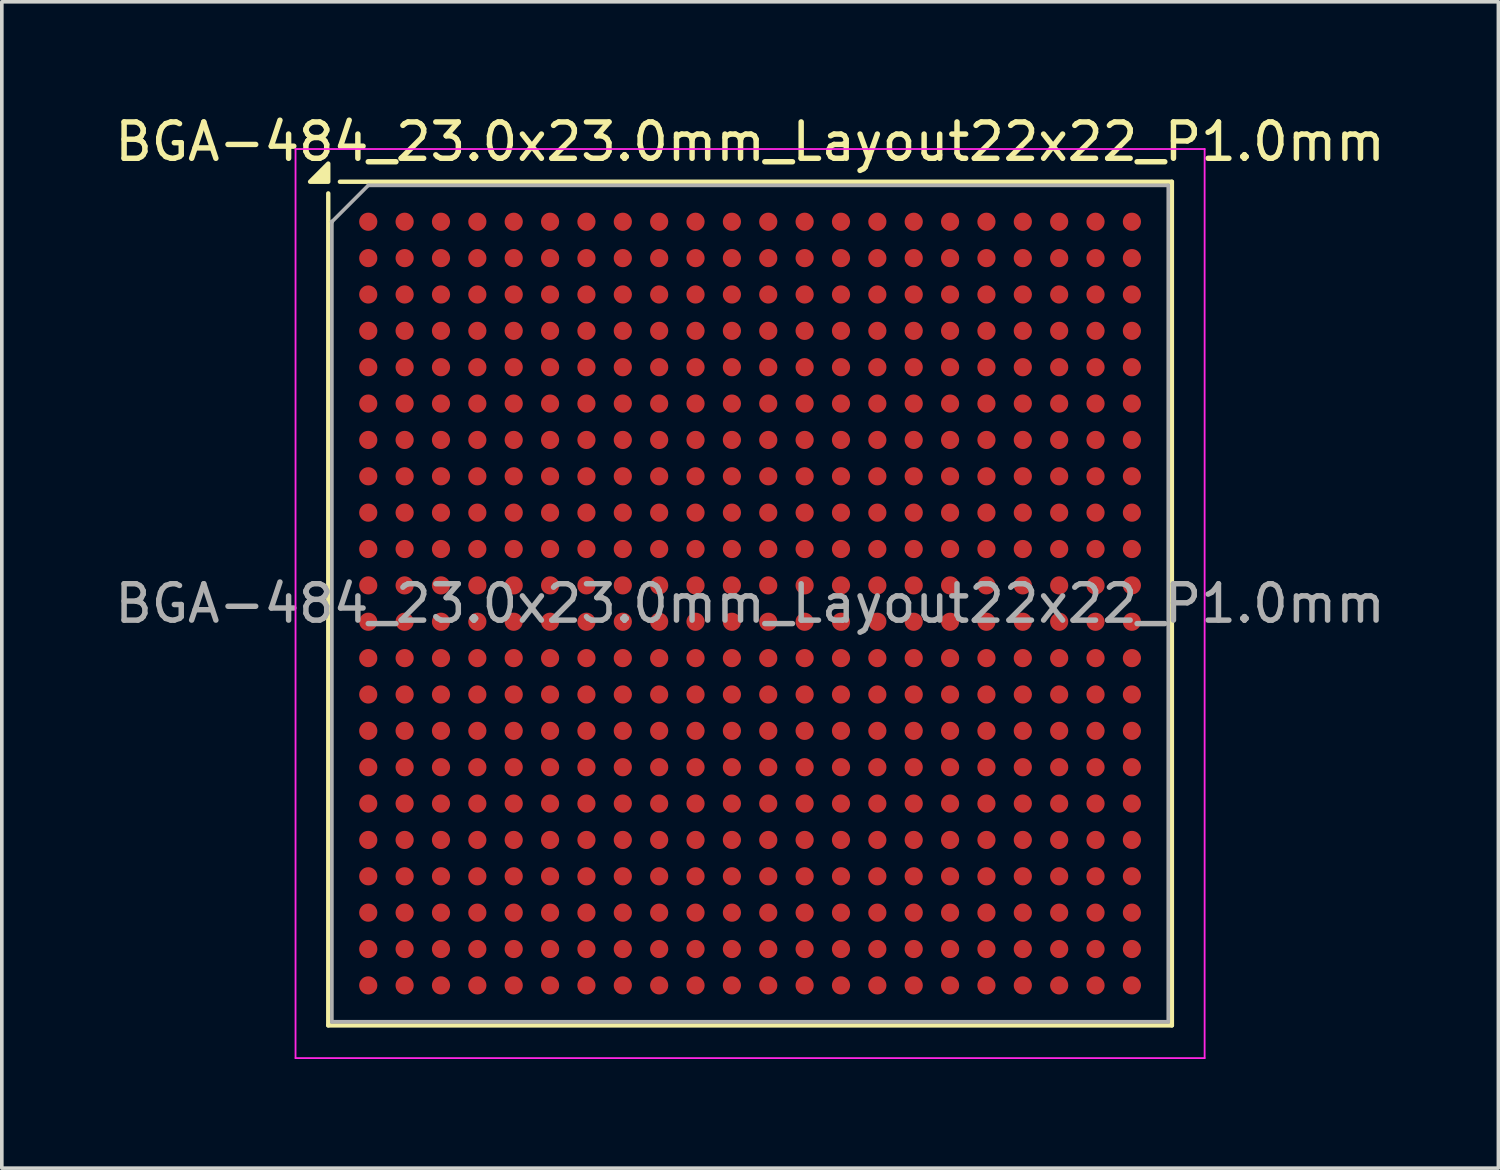
<source format=kicad_pcb>
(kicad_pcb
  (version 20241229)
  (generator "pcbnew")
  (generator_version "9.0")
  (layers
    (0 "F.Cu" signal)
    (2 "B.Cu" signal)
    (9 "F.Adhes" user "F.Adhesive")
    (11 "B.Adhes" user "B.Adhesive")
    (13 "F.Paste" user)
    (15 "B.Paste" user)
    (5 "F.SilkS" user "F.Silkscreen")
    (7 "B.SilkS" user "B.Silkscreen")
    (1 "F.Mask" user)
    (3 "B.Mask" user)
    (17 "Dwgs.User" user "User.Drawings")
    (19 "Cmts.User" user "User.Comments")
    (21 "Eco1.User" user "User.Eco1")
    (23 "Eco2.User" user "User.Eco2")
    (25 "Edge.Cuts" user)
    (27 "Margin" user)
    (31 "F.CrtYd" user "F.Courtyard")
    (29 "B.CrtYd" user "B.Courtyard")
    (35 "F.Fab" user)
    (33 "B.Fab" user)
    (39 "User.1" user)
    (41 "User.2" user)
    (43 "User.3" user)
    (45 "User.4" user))
  (footprint "BGA-484_23.0x23.0mm_Layout22x22_P1.0mm"
    (layer "F.Cu")
    (at 17.577 13.548)
    (property "Reference" "BGA-484_23.0x23.0mm_Layout22x22_P1.0mm" (at 0 -12.7 0) (layer "F.SilkS") (effects (font (size 1 1) (thickness 0.15))))
    (attr smd)
    (fp_line (start -11.6 11.6) (end -11.6 -11.28) (stroke (width 0.12) (type solid)) (layer "F.SilkS"))
    (fp_line (start -11.28 -11.6) (end 11.6 -11.6) (stroke (width 0.12) (type solid)) (layer "F.SilkS"))
    (fp_line (start 11.6 -11.6) (end 11.6 11.6) (stroke (width 0.12) (type solid)) (layer "F.SilkS"))
    (fp_line (start 11.6 11.6) (end -11.6 11.6) (stroke (width 0.12) (type solid)) (layer "F.SilkS"))
    (fp_poly (pts (xy -11.6 -11.6) (xy -12.1 -11.6) (xy -11.6 -12.1) (xy -11.6 -11.6)) (stroke (width 0.12) (type solid)) (fill yes) (layer "F.SilkS"))
    (fp_line (start -12.5 -12.5) (end -12.5 12.5) (stroke (width 0.05) (type solid)) (layer "F.CrtYd"))
    (fp_line (start -12.5 -12.5) (end 12.5 -12.5) (stroke (width 0.05) (type solid)) (layer "F.CrtYd"))
    (fp_line (start 12.5 12.5) (end -12.5 12.5) (stroke (width 0.05) (type solid)) (layer "F.CrtYd"))
    (fp_line (start 12.5 12.5) (end 12.5 -12.5) (stroke (width 0.05) (type solid)) (layer "F.CrtYd"))
    (fp_line (start -11.5 -10.5) (end -11.5 -10.5) (stroke (width 0.12) (type solid)) (layer "F.Fab"))
    (fp_line (start -11.5 11.5) (end -11.5 -10.5) (stroke (width 0.1) (type solid)) (layer "F.Fab"))
    (fp_line (start -10.5 -11.5) (end -11.5 -10.5) (stroke (width 0.1) (type solid)) (layer "F.Fab"))
    (fp_line (start -10.5 -11.5) (end 11.5 -11.5) (stroke (width 0.1) (type solid)) (layer "F.Fab"))
    (fp_line (start 11.5 -11.5) (end 11.5 11.5) (stroke (width 0.1) (type solid)) (layer "F.Fab"))
    (fp_line (start 11.5 11.5) (end -11.5 11.5) (stroke (width 0.1) (type solid)) (layer "F.Fab"))
    (fp_text user "${REFERENCE}" (at 0 0 0) (layer "F.Fab") (effects (font (size 1 1) (thickness 0.15))))
    (pad "A1" smd circle (at -10.5 -10.5) (size 0.5 0.5) (property pad_prop_bga) (layers "F.Cu" "F.Mask" "F.Paste"))
    (pad "A2" smd circle (at -9.5 -10.5) (size 0.5 0.5) (property pad_prop_bga) (layers "F.Cu" "F.Mask" "F.Paste"))
    (pad "A3" smd circle (at -8.5 -10.5) (size 0.5 0.5) (property pad_prop_bga) (layers "F.Cu" "F.Mask" "F.Paste"))
    (pad "A4" smd circle (at -7.5 -10.5) (size 0.5 0.5) (property pad_prop_bga) (layers "F.Cu" "F.Mask" "F.Paste"))
    (pad "A5" smd circle (at -6.5 -10.5) (size 0.5 0.5) (property pad_prop_bga) (layers "F.Cu" "F.Mask" "F.Paste"))
    (pad "A6" smd circle (at -5.5 -10.5) (size 0.5 0.5) (property pad_prop_bga) (layers "F.Cu" "F.Mask" "F.Paste"))
    (pad "A7" smd circle (at -4.5 -10.5) (size 0.5 0.5) (property pad_prop_bga) (layers "F.Cu" "F.Mask" "F.Paste"))
    (pad "A8" smd circle (at -3.5 -10.5) (size 0.5 0.5) (property pad_prop_bga) (layers "F.Cu" "F.Mask" "F.Paste"))
    (pad "A9" smd circle (at -2.5 -10.5) (size 0.5 0.5) (property pad_prop_bga) (layers "F.Cu" "F.Mask" "F.Paste"))
    (pad "A10" smd circle (at -1.5 -10.5) (size 0.5 0.5) (property pad_prop_bga) (layers "F.Cu" "F.Mask" "F.Paste"))
    (pad "A11" smd circle (at -0.5 -10.5) (size 0.5 0.5) (property pad_prop_bga) (layers "F.Cu" "F.Mask" "F.Paste"))
    (pad "A12" smd circle (at 0.5 -10.5) (size 0.5 0.5) (property pad_prop_bga) (layers "F.Cu" "F.Mask" "F.Paste"))
    (pad "A13" smd circle (at 1.5 -10.5) (size 0.5 0.5) (property pad_prop_bga) (layers "F.Cu" "F.Mask" "F.Paste"))
    (pad "A14" smd circle (at 2.5 -10.5) (size 0.5 0.5) (property pad_prop_bga) (layers "F.Cu" "F.Mask" "F.Paste"))
    (pad "A15" smd circle (at 3.5 -10.5) (size 0.5 0.5) (property pad_prop_bga) (layers "F.Cu" "F.Mask" "F.Paste"))
    (pad "A16" smd circle (at 4.5 -10.5) (size 0.5 0.5) (property pad_prop_bga) (layers "F.Cu" "F.Mask" "F.Paste"))
    (pad "A17" smd circle (at 5.5 -10.5) (size 0.5 0.5) (property pad_prop_bga) (layers "F.Cu" "F.Mask" "F.Paste"))
    (pad "A18" smd circle (at 6.5 -10.5) (size 0.5 0.5) (property pad_prop_bga) (layers "F.Cu" "F.Mask" "F.Paste"))
    (pad "A19" smd circle (at 7.5 -10.5) (size 0.5 0.5) (property pad_prop_bga) (layers "F.Cu" "F.Mask" "F.Paste"))
    (pad "A20" smd circle (at 8.5 -10.5) (size 0.5 0.5) (property pad_prop_bga) (layers "F.Cu" "F.Mask" "F.Paste"))
    (pad "A21" smd circle (at 9.5 -10.5) (size 0.5 0.5) (property pad_prop_bga) (layers "F.Cu" "F.Mask" "F.Paste"))
    (pad "A22" smd circle (at 10.5 -10.5) (size 0.5 0.5) (property pad_prop_bga) (layers "F.Cu" "F.Mask" "F.Paste"))
    (pad "AA1" smd circle (at -10.5 9.5) (size 0.5 0.5) (property pad_prop_bga) (layers "F.Cu" "F.Mask" "F.Paste"))
    (pad "AA2" smd circle (at -9.5 9.5) (size 0.5 0.5) (property pad_prop_bga) (layers "F.Cu" "F.Mask" "F.Paste"))
    (pad "AA3" smd circle (at -8.5 9.5) (size 0.5 0.5) (property pad_prop_bga) (layers "F.Cu" "F.Mask" "F.Paste"))
    (pad "AA4" smd circle (at -7.5 9.5) (size 0.5 0.5) (property pad_prop_bga) (layers "F.Cu" "F.Mask" "F.Paste"))
    (pad "AA5" smd circle (at -6.5 9.5) (size 0.5 0.5) (property pad_prop_bga) (layers "F.Cu" "F.Mask" "F.Paste"))
    (pad "AA6" smd circle (at -5.5 9.5) (size 0.5 0.5) (property pad_prop_bga) (layers "F.Cu" "F.Mask" "F.Paste"))
    (pad "AA7" smd circle (at -4.5 9.5) (size 0.5 0.5) (property pad_prop_bga) (layers "F.Cu" "F.Mask" "F.Paste"))
    (pad "AA8" smd circle (at -3.5 9.5) (size 0.5 0.5) (property pad_prop_bga) (layers "F.Cu" "F.Mask" "F.Paste"))
    (pad "AA9" smd circle (at -2.5 9.5) (size 0.5 0.5) (property pad_prop_bga) (layers "F.Cu" "F.Mask" "F.Paste"))
    (pad "AA10" smd circle (at -1.5 9.5) (size 0.5 0.5) (property pad_prop_bga) (layers "F.Cu" "F.Mask" "F.Paste"))
    (pad "AA11" smd circle (at -0.5 9.5) (size 0.5 0.5) (property pad_prop_bga) (layers "F.Cu" "F.Mask" "F.Paste"))
    (pad "AA12" smd circle (at 0.5 9.5) (size 0.5 0.5) (property pad_prop_bga) (layers "F.Cu" "F.Mask" "F.Paste"))
    (pad "AA13" smd circle (at 1.5 9.5) (size 0.5 0.5) (property pad_prop_bga) (layers "F.Cu" "F.Mask" "F.Paste"))
    (pad "AA14" smd circle (at 2.5 9.5) (size 0.5 0.5) (property pad_prop_bga) (layers "F.Cu" "F.Mask" "F.Paste"))
    (pad "AA15" smd circle (at 3.5 9.5) (size 0.5 0.5) (property pad_prop_bga) (layers "F.Cu" "F.Mask" "F.Paste"))
    (pad "AA16" smd circle (at 4.5 9.5) (size 0.5 0.5) (property pad_prop_bga) (layers "F.Cu" "F.Mask" "F.Paste"))
    (pad "AA17" smd circle (at 5.5 9.5) (size 0.5 0.5) (property pad_prop_bga) (layers "F.Cu" "F.Mask" "F.Paste"))
    (pad "AA18" smd circle (at 6.5 9.5) (size 0.5 0.5) (property pad_prop_bga) (layers "F.Cu" "F.Mask" "F.Paste"))
    (pad "AA19" smd circle (at 7.5 9.5) (size 0.5 0.5) (property pad_prop_bga) (layers "F.Cu" "F.Mask" "F.Paste"))
    (pad "AA20" smd circle (at 8.5 9.5) (size 0.5 0.5) (property pad_prop_bga) (layers "F.Cu" "F.Mask" "F.Paste"))
    (pad "AA21" smd circle (at 9.5 9.5) (size 0.5 0.5) (property pad_prop_bga) (layers "F.Cu" "F.Mask" "F.Paste"))
    (pad "AA22" smd circle (at 10.5 9.5) (size 0.5 0.5) (property pad_prop_bga) (layers "F.Cu" "F.Mask" "F.Paste"))
    (pad "AB1" smd circle (at -10.5 10.5) (size 0.5 0.5) (property pad_prop_bga) (layers "F.Cu" "F.Mask" "F.Paste"))
    (pad "AB2" smd circle (at -9.5 10.5) (size 0.5 0.5) (property pad_prop_bga) (layers "F.Cu" "F.Mask" "F.Paste"))
    (pad "AB3" smd circle (at -8.5 10.5) (size 0.5 0.5) (property pad_prop_bga) (layers "F.Cu" "F.Mask" "F.Paste"))
    (pad "AB4" smd circle (at -7.5 10.5) (size 0.5 0.5) (property pad_prop_bga) (layers "F.Cu" "F.Mask" "F.Paste"))
    (pad "AB5" smd circle (at -6.5 10.5) (size 0.5 0.5) (property pad_prop_bga) (layers "F.Cu" "F.Mask" "F.Paste"))
    (pad "AB6" smd circle (at -5.5 10.5) (size 0.5 0.5) (property pad_prop_bga) (layers "F.Cu" "F.Mask" "F.Paste"))
    (pad "AB7" smd circle (at -4.5 10.5) (size 0.5 0.5) (property pad_prop_bga) (layers "F.Cu" "F.Mask" "F.Paste"))
    (pad "AB8" smd circle (at -3.5 10.5) (size 0.5 0.5) (property pad_prop_bga) (layers "F.Cu" "F.Mask" "F.Paste"))
    (pad "AB9" smd circle (at -2.5 10.5) (size 0.5 0.5) (property pad_prop_bga) (layers "F.Cu" "F.Mask" "F.Paste"))
    (pad "AB10" smd circle (at -1.5 10.5) (size 0.5 0.5) (property pad_prop_bga) (layers "F.Cu" "F.Mask" "F.Paste"))
    (pad "AB11" smd circle (at -0.5 10.5) (size 0.5 0.5) (property pad_prop_bga) (layers "F.Cu" "F.Mask" "F.Paste"))
    (pad "AB12" smd circle (at 0.5 10.5) (size 0.5 0.5) (property pad_prop_bga) (layers "F.Cu" "F.Mask" "F.Paste"))
    (pad "AB13" smd circle (at 1.5 10.5) (size 0.5 0.5) (property pad_prop_bga) (layers "F.Cu" "F.Mask" "F.Paste"))
    (pad "AB14" smd circle (at 2.5 10.5) (size 0.5 0.5) (property pad_prop_bga) (layers "F.Cu" "F.Mask" "F.Paste"))
    (pad "AB15" smd circle (at 3.5 10.5) (size 0.5 0.5) (property pad_prop_bga) (layers "F.Cu" "F.Mask" "F.Paste"))
    (pad "AB16" smd circle (at 4.5 10.5) (size 0.5 0.5) (property pad_prop_bga) (layers "F.Cu" "F.Mask" "F.Paste"))
    (pad "AB17" smd circle (at 5.5 10.5) (size 0.5 0.5) (property pad_prop_bga) (layers "F.Cu" "F.Mask" "F.Paste"))
    (pad "AB18" smd circle (at 6.5 10.5) (size 0.5 0.5) (property pad_prop_bga) (layers "F.Cu" "F.Mask" "F.Paste"))
    (pad "AB19" smd circle (at 7.5 10.5) (size 0.5 0.5) (property pad_prop_bga) (layers "F.Cu" "F.Mask" "F.Paste"))
    (pad "AB20" smd circle (at 8.5 10.5) (size 0.5 0.5) (property pad_prop_bga) (layers "F.Cu" "F.Mask" "F.Paste"))
    (pad "AB21" smd circle (at 9.5 10.5) (size 0.5 0.5) (property pad_prop_bga) (layers "F.Cu" "F.Mask" "F.Paste"))
    (pad "AB22" smd circle (at 10.5 10.5) (size 0.5 0.5) (property pad_prop_bga) (layers "F.Cu" "F.Mask" "F.Paste"))
    (pad "B1" smd circle (at -10.5 -9.5) (size 0.5 0.5) (property pad_prop_bga) (layers "F.Cu" "F.Mask" "F.Paste"))
    (pad "B2" smd circle (at -9.5 -9.5) (size 0.5 0.5) (property pad_prop_bga) (layers "F.Cu" "F.Mask" "F.Paste"))
    (pad "B3" smd circle (at -8.5 -9.5) (size 0.5 0.5) (property pad_prop_bga) (layers "F.Cu" "F.Mask" "F.Paste"))
    (pad "B4" smd circle (at -7.5 -9.5) (size 0.5 0.5) (property pad_prop_bga) (layers "F.Cu" "F.Mask" "F.Paste"))
    (pad "B5" smd circle (at -6.5 -9.5) (size 0.5 0.5) (property pad_prop_bga) (layers "F.Cu" "F.Mask" "F.Paste"))
    (pad "B6" smd circle (at -5.5 -9.5) (size 0.5 0.5) (property pad_prop_bga) (layers "F.Cu" "F.Mask" "F.Paste"))
    (pad "B7" smd circle (at -4.5 -9.5) (size 0.5 0.5) (property pad_prop_bga) (layers "F.Cu" "F.Mask" "F.Paste"))
    (pad "B8" smd circle (at -3.5 -9.5) (size 0.5 0.5) (property pad_prop_bga) (layers "F.Cu" "F.Mask" "F.Paste"))
    (pad "B9" smd circle (at -2.5 -9.5) (size 0.5 0.5) (property pad_prop_bga) (layers "F.Cu" "F.Mask" "F.Paste"))
    (pad "B10" smd circle (at -1.5 -9.5) (size 0.5 0.5) (property pad_prop_bga) (layers "F.Cu" "F.Mask" "F.Paste"))
    (pad "B11" smd circle (at -0.5 -9.5) (size 0.5 0.5) (property pad_prop_bga) (layers "F.Cu" "F.Mask" "F.Paste"))
    (pad "B12" smd circle (at 0.5 -9.5) (size 0.5 0.5) (property pad_prop_bga) (layers "F.Cu" "F.Mask" "F.Paste"))
    (pad "B13" smd circle (at 1.5 -9.5) (size 0.5 0.5) (property pad_prop_bga) (layers "F.Cu" "F.Mask" "F.Paste"))
    (pad "B14" smd circle (at 2.5 -9.5) (size 0.5 0.5) (property pad_prop_bga) (layers "F.Cu" "F.Mask" "F.Paste"))
    (pad "B15" smd circle (at 3.5 -9.5) (size 0.5 0.5) (property pad_prop_bga) (layers "F.Cu" "F.Mask" "F.Paste"))
    (pad "B16" smd circle (at 4.5 -9.5) (size 0.5 0.5) (property pad_prop_bga) (layers "F.Cu" "F.Mask" "F.Paste"))
    (pad "B17" smd circle (at 5.5 -9.5) (size 0.5 0.5) (property pad_prop_bga) (layers "F.Cu" "F.Mask" "F.Paste"))
    (pad "B18" smd circle (at 6.5 -9.5) (size 0.5 0.5) (property pad_prop_bga) (layers "F.Cu" "F.Mask" "F.Paste"))
    (pad "B19" smd circle (at 7.5 -9.5) (size 0.5 0.5) (property pad_prop_bga) (layers "F.Cu" "F.Mask" "F.Paste"))
    (pad "B20" smd circle (at 8.5 -9.5) (size 0.5 0.5) (property pad_prop_bga) (layers "F.Cu" "F.Mask" "F.Paste"))
    (pad "B21" smd circle (at 9.5 -9.5) (size 0.5 0.5) (property pad_prop_bga) (layers "F.Cu" "F.Mask" "F.Paste"))
    (pad "B22" smd circle (at 10.5 -9.5) (size 0.5 0.5) (property pad_prop_bga) (layers "F.Cu" "F.Mask" "F.Paste"))
    (pad "C1" smd circle (at -10.5 -8.5) (size 0.5 0.5) (property pad_prop_bga) (layers "F.Cu" "F.Mask" "F.Paste"))
    (pad "C2" smd circle (at -9.5 -8.5) (size 0.5 0.5) (property pad_prop_bga) (layers "F.Cu" "F.Mask" "F.Paste"))
    (pad "C3" smd circle (at -8.5 -8.5) (size 0.5 0.5) (property pad_prop_bga) (layers "F.Cu" "F.Mask" "F.Paste"))
    (pad "C4" smd circle (at -7.5 -8.5) (size 0.5 0.5) (property pad_prop_bga) (layers "F.Cu" "F.Mask" "F.Paste"))
    (pad "C5" smd circle (at -6.5 -8.5) (size 0.5 0.5) (property pad_prop_bga) (layers "F.Cu" "F.Mask" "F.Paste"))
    (pad "C6" smd circle (at -5.5 -8.5) (size 0.5 0.5) (property pad_prop_bga) (layers "F.Cu" "F.Mask" "F.Paste"))
    (pad "C7" smd circle (at -4.5 -8.5) (size 0.5 0.5) (property pad_prop_bga) (layers "F.Cu" "F.Mask" "F.Paste"))
    (pad "C8" smd circle (at -3.5 -8.5) (size 0.5 0.5) (property pad_prop_bga) (layers "F.Cu" "F.Mask" "F.Paste"))
    (pad "C9" smd circle (at -2.5 -8.5) (size 0.5 0.5) (property pad_prop_bga) (layers "F.Cu" "F.Mask" "F.Paste"))
    (pad "C10" smd circle (at -1.5 -8.5) (size 0.5 0.5) (property pad_prop_bga) (layers "F.Cu" "F.Mask" "F.Paste"))
    (pad "C11" smd circle (at -0.5 -8.5) (size 0.5 0.5) (property pad_prop_bga) (layers "F.Cu" "F.Mask" "F.Paste"))
    (pad "C12" smd circle (at 0.5 -8.5) (size 0.5 0.5) (property pad_prop_bga) (layers "F.Cu" "F.Mask" "F.Paste"))
    (pad "C13" smd circle (at 1.5 -8.5) (size 0.5 0.5) (property pad_prop_bga) (layers "F.Cu" "F.Mask" "F.Paste"))
    (pad "C14" smd circle (at 2.5 -8.5) (size 0.5 0.5) (property pad_prop_bga) (layers "F.Cu" "F.Mask" "F.Paste"))
    (pad "C15" smd circle (at 3.5 -8.5) (size 0.5 0.5) (property pad_prop_bga) (layers "F.Cu" "F.Mask" "F.Paste"))
    (pad "C16" smd circle (at 4.5 -8.5) (size 0.5 0.5) (property pad_prop_bga) (layers "F.Cu" "F.Mask" "F.Paste"))
    (pad "C17" smd circle (at 5.5 -8.5) (size 0.5 0.5) (property pad_prop_bga) (layers "F.Cu" "F.Mask" "F.Paste"))
    (pad "C18" smd circle (at 6.5 -8.5) (size 0.5 0.5) (property pad_prop_bga) (layers "F.Cu" "F.Mask" "F.Paste"))
    (pad "C19" smd circle (at 7.5 -8.5) (size 0.5 0.5) (property pad_prop_bga) (layers "F.Cu" "F.Mask" "F.Paste"))
    (pad "C20" smd circle (at 8.5 -8.5) (size 0.5 0.5) (property pad_prop_bga) (layers "F.Cu" "F.Mask" "F.Paste"))
    (pad "C21" smd circle (at 9.5 -8.5) (size 0.5 0.5) (property pad_prop_bga) (layers "F.Cu" "F.Mask" "F.Paste"))
    (pad "C22" smd circle (at 10.5 -8.5) (size 0.5 0.5) (property pad_prop_bga) (layers "F.Cu" "F.Mask" "F.Paste"))
    (pad "D1" smd circle (at -10.5 -7.5) (size 0.5 0.5) (property pad_prop_bga) (layers "F.Cu" "F.Mask" "F.Paste"))
    (pad "D2" smd circle (at -9.5 -7.5) (size 0.5 0.5) (property pad_prop_bga) (layers "F.Cu" "F.Mask" "F.Paste"))
    (pad "D3" smd circle (at -8.5 -7.5) (size 0.5 0.5) (property pad_prop_bga) (layers "F.Cu" "F.Mask" "F.Paste"))
    (pad "D4" smd circle (at -7.5 -7.5) (size 0.5 0.5) (property pad_prop_bga) (layers "F.Cu" "F.Mask" "F.Paste"))
    (pad "D5" smd circle (at -6.5 -7.5) (size 0.5 0.5) (property pad_prop_bga) (layers "F.Cu" "F.Mask" "F.Paste"))
    (pad "D6" smd circle (at -5.5 -7.5) (size 0.5 0.5) (property pad_prop_bga) (layers "F.Cu" "F.Mask" "F.Paste"))
    (pad "D7" smd circle (at -4.5 -7.5) (size 0.5 0.5) (property pad_prop_bga) (layers "F.Cu" "F.Mask" "F.Paste"))
    (pad "D8" smd circle (at -3.5 -7.5) (size 0.5 0.5) (property pad_prop_bga) (layers "F.Cu" "F.Mask" "F.Paste"))
    (pad "D9" smd circle (at -2.5 -7.5) (size 0.5 0.5) (property pad_prop_bga) (layers "F.Cu" "F.Mask" "F.Paste"))
    (pad "D10" smd circle (at -1.5 -7.5) (size 0.5 0.5) (property pad_prop_bga) (layers "F.Cu" "F.Mask" "F.Paste"))
    (pad "D11" smd circle (at -0.5 -7.5) (size 0.5 0.5) (property pad_prop_bga) (layers "F.Cu" "F.Mask" "F.Paste"))
    (pad "D12" smd circle (at 0.5 -7.5) (size 0.5 0.5) (property pad_prop_bga) (layers "F.Cu" "F.Mask" "F.Paste"))
    (pad "D13" smd circle (at 1.5 -7.5) (size 0.5 0.5) (property pad_prop_bga) (layers "F.Cu" "F.Mask" "F.Paste"))
    (pad "D14" smd circle (at 2.5 -7.5) (size 0.5 0.5) (property pad_prop_bga) (layers "F.Cu" "F.Mask" "F.Paste"))
    (pad "D15" smd circle (at 3.5 -7.5) (size 0.5 0.5) (property pad_prop_bga) (layers "F.Cu" "F.Mask" "F.Paste"))
    (pad "D16" smd circle (at 4.5 -7.5) (size 0.5 0.5) (property pad_prop_bga) (layers "F.Cu" "F.Mask" "F.Paste"))
    (pad "D17" smd circle (at 5.5 -7.5) (size 0.5 0.5) (property pad_prop_bga) (layers "F.Cu" "F.Mask" "F.Paste"))
    (pad "D18" smd circle (at 6.5 -7.5) (size 0.5 0.5) (property pad_prop_bga) (layers "F.Cu" "F.Mask" "F.Paste"))
    (pad "D19" smd circle (at 7.5 -7.5) (size 0.5 0.5) (property pad_prop_bga) (layers "F.Cu" "F.Mask" "F.Paste"))
    (pad "D20" smd circle (at 8.5 -7.5) (size 0.5 0.5) (property pad_prop_bga) (layers "F.Cu" "F.Mask" "F.Paste"))
    (pad "D21" smd circle (at 9.5 -7.5) (size 0.5 0.5) (property pad_prop_bga) (layers "F.Cu" "F.Mask" "F.Paste"))
    (pad "D22" smd circle (at 10.5 -7.5) (size 0.5 0.5) (property pad_prop_bga) (layers "F.Cu" "F.Mask" "F.Paste"))
    (pad "E1" smd circle (at -10.5 -6.5) (size 0.5 0.5) (property pad_prop_bga) (layers "F.Cu" "F.Mask" "F.Paste"))
    (pad "E2" smd circle (at -9.5 -6.5) (size 0.5 0.5) (property pad_prop_bga) (layers "F.Cu" "F.Mask" "F.Paste"))
    (pad "E3" smd circle (at -8.5 -6.5) (size 0.5 0.5) (property pad_prop_bga) (layers "F.Cu" "F.Mask" "F.Paste"))
    (pad "E4" smd circle (at -7.5 -6.5) (size 0.5 0.5) (property pad_prop_bga) (layers "F.Cu" "F.Mask" "F.Paste"))
    (pad "E5" smd circle (at -6.5 -6.5) (size 0.5 0.5) (property pad_prop_bga) (layers "F.Cu" "F.Mask" "F.Paste"))
    (pad "E6" smd circle (at -5.5 -6.5) (size 0.5 0.5) (property pad_prop_bga) (layers "F.Cu" "F.Mask" "F.Paste"))
    (pad "E7" smd circle (at -4.5 -6.5) (size 0.5 0.5) (property pad_prop_bga) (layers "F.Cu" "F.Mask" "F.Paste"))
    (pad "E8" smd circle (at -3.5 -6.5) (size 0.5 0.5) (property pad_prop_bga) (layers "F.Cu" "F.Mask" "F.Paste"))
    (pad "E9" smd circle (at -2.5 -6.5) (size 0.5 0.5) (property pad_prop_bga) (layers "F.Cu" "F.Mask" "F.Paste"))
    (pad "E10" smd circle (at -1.5 -6.5) (size 0.5 0.5) (property pad_prop_bga) (layers "F.Cu" "F.Mask" "F.Paste"))
    (pad "E11" smd circle (at -0.5 -6.5) (size 0.5 0.5) (property pad_prop_bga) (layers "F.Cu" "F.Mask" "F.Paste"))
    (pad "E12" smd circle (at 0.5 -6.5) (size 0.5 0.5) (property pad_prop_bga) (layers "F.Cu" "F.Mask" "F.Paste"))
    (pad "E13" smd circle (at 1.5 -6.5) (size 0.5 0.5) (property pad_prop_bga) (layers "F.Cu" "F.Mask" "F.Paste"))
    (pad "E14" smd circle (at 2.5 -6.5) (size 0.5 0.5) (property pad_prop_bga) (layers "F.Cu" "F.Mask" "F.Paste"))
    (pad "E15" smd circle (at 3.5 -6.5) (size 0.5 0.5) (property pad_prop_bga) (layers "F.Cu" "F.Mask" "F.Paste"))
    (pad "E16" smd circle (at 4.5 -6.5) (size 0.5 0.5) (property pad_prop_bga) (layers "F.Cu" "F.Mask" "F.Paste"))
    (pad "E17" smd circle (at 5.5 -6.5) (size 0.5 0.5) (property pad_prop_bga) (layers "F.Cu" "F.Mask" "F.Paste"))
    (pad "E18" smd circle (at 6.5 -6.5) (size 0.5 0.5) (property pad_prop_bga) (layers "F.Cu" "F.Mask" "F.Paste"))
    (pad "E19" smd circle (at 7.5 -6.5) (size 0.5 0.5) (property pad_prop_bga) (layers "F.Cu" "F.Mask" "F.Paste"))
    (pad "E20" smd circle (at 8.5 -6.5) (size 0.5 0.5) (property pad_prop_bga) (layers "F.Cu" "F.Mask" "F.Paste"))
    (pad "E21" smd circle (at 9.5 -6.5) (size 0.5 0.5) (property pad_prop_bga) (layers "F.Cu" "F.Mask" "F.Paste"))
    (pad "E22" smd circle (at 10.5 -6.5) (size 0.5 0.5) (property pad_prop_bga) (layers "F.Cu" "F.Mask" "F.Paste"))
    (pad "F1" smd circle (at -10.5 -5.5) (size 0.5 0.5) (property pad_prop_bga) (layers "F.Cu" "F.Mask" "F.Paste"))
    (pad "F2" smd circle (at -9.5 -5.5) (size 0.5 0.5) (property pad_prop_bga) (layers "F.Cu" "F.Mask" "F.Paste"))
    (pad "F3" smd circle (at -8.5 -5.5) (size 0.5 0.5) (property pad_prop_bga) (layers "F.Cu" "F.Mask" "F.Paste"))
    (pad "F4" smd circle (at -7.5 -5.5) (size 0.5 0.5) (property pad_prop_bga) (layers "F.Cu" "F.Mask" "F.Paste"))
    (pad "F5" smd circle (at -6.5 -5.5) (size 0.5 0.5) (property pad_prop_bga) (layers "F.Cu" "F.Mask" "F.Paste"))
    (pad "F6" smd circle (at -5.5 -5.5) (size 0.5 0.5) (property pad_prop_bga) (layers "F.Cu" "F.Mask" "F.Paste"))
    (pad "F7" smd circle (at -4.5 -5.5) (size 0.5 0.5) (property pad_prop_bga) (layers "F.Cu" "F.Mask" "F.Paste"))
    (pad "F8" smd circle (at -3.5 -5.5) (size 0.5 0.5) (property pad_prop_bga) (layers "F.Cu" "F.Mask" "F.Paste"))
    (pad "F9" smd circle (at -2.5 -5.5) (size 0.5 0.5) (property pad_prop_bga) (layers "F.Cu" "F.Mask" "F.Paste"))
    (pad "F10" smd circle (at -1.5 -5.5) (size 0.5 0.5) (property pad_prop_bga) (layers "F.Cu" "F.Mask" "F.Paste"))
    (pad "F11" smd circle (at -0.5 -5.5) (size 0.5 0.5) (property pad_prop_bga) (layers "F.Cu" "F.Mask" "F.Paste"))
    (pad "F12" smd circle (at 0.5 -5.5) (size 0.5 0.5) (property pad_prop_bga) (layers "F.Cu" "F.Mask" "F.Paste"))
    (pad "F13" smd circle (at 1.5 -5.5) (size 0.5 0.5) (property pad_prop_bga) (layers "F.Cu" "F.Mask" "F.Paste"))
    (pad "F14" smd circle (at 2.5 -5.5) (size 0.5 0.5) (property pad_prop_bga) (layers "F.Cu" "F.Mask" "F.Paste"))
    (pad "F15" smd circle (at 3.5 -5.5) (size 0.5 0.5) (property pad_prop_bga) (layers "F.Cu" "F.Mask" "F.Paste"))
    (pad "F16" smd circle (at 4.5 -5.5) (size 0.5 0.5) (property pad_prop_bga) (layers "F.Cu" "F.Mask" "F.Paste"))
    (pad "F17" smd circle (at 5.5 -5.5) (size 0.5 0.5) (property pad_prop_bga) (layers "F.Cu" "F.Mask" "F.Paste"))
    (pad "F18" smd circle (at 6.5 -5.5) (size 0.5 0.5) (property pad_prop_bga) (layers "F.Cu" "F.Mask" "F.Paste"))
    (pad "F19" smd circle (at 7.5 -5.5) (size 0.5 0.5) (property pad_prop_bga) (layers "F.Cu" "F.Mask" "F.Paste"))
    (pad "F20" smd circle (at 8.5 -5.5) (size 0.5 0.5) (property pad_prop_bga) (layers "F.Cu" "F.Mask" "F.Paste"))
    (pad "F21" smd circle (at 9.5 -5.5) (size 0.5 0.5) (property pad_prop_bga) (layers "F.Cu" "F.Mask" "F.Paste"))
    (pad "F22" smd circle (at 10.5 -5.5) (size 0.5 0.5) (property pad_prop_bga) (layers "F.Cu" "F.Mask" "F.Paste"))
    (pad "G1" smd circle (at -10.5 -4.5) (size 0.5 0.5) (property pad_prop_bga) (layers "F.Cu" "F.Mask" "F.Paste"))
    (pad "G2" smd circle (at -9.5 -4.5) (size 0.5 0.5) (property pad_prop_bga) (layers "F.Cu" "F.Mask" "F.Paste"))
    (pad "G3" smd circle (at -8.5 -4.5) (size 0.5 0.5) (property pad_prop_bga) (layers "F.Cu" "F.Mask" "F.Paste"))
    (pad "G4" smd circle (at -7.5 -4.5) (size 0.5 0.5) (property pad_prop_bga) (layers "F.Cu" "F.Mask" "F.Paste"))
    (pad "G5" smd circle (at -6.5 -4.5) (size 0.5 0.5) (property pad_prop_bga) (layers "F.Cu" "F.Mask" "F.Paste"))
    (pad "G6" smd circle (at -5.5 -4.5) (size 0.5 0.5) (property pad_prop_bga) (layers "F.Cu" "F.Mask" "F.Paste"))
    (pad "G7" smd circle (at -4.5 -4.5) (size 0.5 0.5) (property pad_prop_bga) (layers "F.Cu" "F.Mask" "F.Paste"))
    (pad "G8" smd circle (at -3.5 -4.5) (size 0.5 0.5) (property pad_prop_bga) (layers "F.Cu" "F.Mask" "F.Paste"))
    (pad "G9" smd circle (at -2.5 -4.5) (size 0.5 0.5) (property pad_prop_bga) (layers "F.Cu" "F.Mask" "F.Paste"))
    (pad "G10" smd circle (at -1.5 -4.5) (size 0.5 0.5) (property pad_prop_bga) (layers "F.Cu" "F.Mask" "F.Paste"))
    (pad "G11" smd circle (at -0.5 -4.5) (size 0.5 0.5) (property pad_prop_bga) (layers "F.Cu" "F.Mask" "F.Paste"))
    (pad "G12" smd circle (at 0.5 -4.5) (size 0.5 0.5) (property pad_prop_bga) (layers "F.Cu" "F.Mask" "F.Paste"))
    (pad "G13" smd circle (at 1.5 -4.5) (size 0.5 0.5) (property pad_prop_bga) (layers "F.Cu" "F.Mask" "F.Paste"))
    (pad "G14" smd circle (at 2.5 -4.5) (size 0.5 0.5) (property pad_prop_bga) (layers "F.Cu" "F.Mask" "F.Paste"))
    (pad "G15" smd circle (at 3.5 -4.5) (size 0.5 0.5) (property pad_prop_bga) (layers "F.Cu" "F.Mask" "F.Paste"))
    (pad "G16" smd circle (at 4.5 -4.5) (size 0.5 0.5) (property pad_prop_bga) (layers "F.Cu" "F.Mask" "F.Paste"))
    (pad "G17" smd circle (at 5.5 -4.5) (size 0.5 0.5) (property pad_prop_bga) (layers "F.Cu" "F.Mask" "F.Paste"))
    (pad "G18" smd circle (at 6.5 -4.5) (size 0.5 0.5) (property pad_prop_bga) (layers "F.Cu" "F.Mask" "F.Paste"))
    (pad "G19" smd circle (at 7.5 -4.5) (size 0.5 0.5) (property pad_prop_bga) (layers "F.Cu" "F.Mask" "F.Paste"))
    (pad "G20" smd circle (at 8.5 -4.5) (size 0.5 0.5) (property pad_prop_bga) (layers "F.Cu" "F.Mask" "F.Paste"))
    (pad "G21" smd circle (at 9.5 -4.5) (size 0.5 0.5) (property pad_prop_bga) (layers "F.Cu" "F.Mask" "F.Paste"))
    (pad "G22" smd circle (at 10.5 -4.5) (size 0.5 0.5) (property pad_prop_bga) (layers "F.Cu" "F.Mask" "F.Paste"))
    (pad "H1" smd circle (at -10.5 -3.5) (size 0.5 0.5) (property pad_prop_bga) (layers "F.Cu" "F.Mask" "F.Paste"))
    (pad "H2" smd circle (at -9.5 -3.5) (size 0.5 0.5) (property pad_prop_bga) (layers "F.Cu" "F.Mask" "F.Paste"))
    (pad "H3" smd circle (at -8.5 -3.5) (size 0.5 0.5) (property pad_prop_bga) (layers "F.Cu" "F.Mask" "F.Paste"))
    (pad "H4" smd circle (at -7.5 -3.5) (size 0.5 0.5) (property pad_prop_bga) (layers "F.Cu" "F.Mask" "F.Paste"))
    (pad "H5" smd circle (at -6.5 -3.5) (size 0.5 0.5) (property pad_prop_bga) (layers "F.Cu" "F.Mask" "F.Paste"))
    (pad "H6" smd circle (at -5.5 -3.5) (size 0.5 0.5) (property pad_prop_bga) (layers "F.Cu" "F.Mask" "F.Paste"))
    (pad "H7" smd circle (at -4.5 -3.5) (size 0.5 0.5) (property pad_prop_bga) (layers "F.Cu" "F.Mask" "F.Paste"))
    (pad "H8" smd circle (at -3.5 -3.5) (size 0.5 0.5) (property pad_prop_bga) (layers "F.Cu" "F.Mask" "F.Paste"))
    (pad "H9" smd circle (at -2.5 -3.5) (size 0.5 0.5) (property pad_prop_bga) (layers "F.Cu" "F.Mask" "F.Paste"))
    (pad "H10" smd circle (at -1.5 -3.5) (size 0.5 0.5) (property pad_prop_bga) (layers "F.Cu" "F.Mask" "F.Paste"))
    (pad "H11" smd circle (at -0.5 -3.5) (size 0.5 0.5) (property pad_prop_bga) (layers "F.Cu" "F.Mask" "F.Paste"))
    (pad "H12" smd circle (at 0.5 -3.5) (size 0.5 0.5) (property pad_prop_bga) (layers "F.Cu" "F.Mask" "F.Paste"))
    (pad "H13" smd circle (at 1.5 -3.5) (size 0.5 0.5) (property pad_prop_bga) (layers "F.Cu" "F.Mask" "F.Paste"))
    (pad "H14" smd circle (at 2.5 -3.5) (size 0.5 0.5) (property pad_prop_bga) (layers "F.Cu" "F.Mask" "F.Paste"))
    (pad "H15" smd circle (at 3.5 -3.5) (size 0.5 0.5) (property pad_prop_bga) (layers "F.Cu" "F.Mask" "F.Paste"))
    (pad "H16" smd circle (at 4.5 -3.5) (size 0.5 0.5) (property pad_prop_bga) (layers "F.Cu" "F.Mask" "F.Paste"))
    (pad "H17" smd circle (at 5.5 -3.5) (size 0.5 0.5) (property pad_prop_bga) (layers "F.Cu" "F.Mask" "F.Paste"))
    (pad "H18" smd circle (at 6.5 -3.5) (size 0.5 0.5) (property pad_prop_bga) (layers "F.Cu" "F.Mask" "F.Paste"))
    (pad "H19" smd circle (at 7.5 -3.5) (size 0.5 0.5) (property pad_prop_bga) (layers "F.Cu" "F.Mask" "F.Paste"))
    (pad "H20" smd circle (at 8.5 -3.5) (size 0.5 0.5) (property pad_prop_bga) (layers "F.Cu" "F.Mask" "F.Paste"))
    (pad "H21" smd circle (at 9.5 -3.5) (size 0.5 0.5) (property pad_prop_bga) (layers "F.Cu" "F.Mask" "F.Paste"))
    (pad "H22" smd circle (at 10.5 -3.5) (size 0.5 0.5) (property pad_prop_bga) (layers "F.Cu" "F.Mask" "F.Paste"))
    (pad "J1" smd circle (at -10.5 -2.5) (size 0.5 0.5) (property pad_prop_bga) (layers "F.Cu" "F.Mask" "F.Paste"))
    (pad "J2" smd circle (at -9.5 -2.5) (size 0.5 0.5) (property pad_prop_bga) (layers "F.Cu" "F.Mask" "F.Paste"))
    (pad "J3" smd circle (at -8.5 -2.5) (size 0.5 0.5) (property pad_prop_bga) (layers "F.Cu" "F.Mask" "F.Paste"))
    (pad "J4" smd circle (at -7.5 -2.5) (size 0.5 0.5) (property pad_prop_bga) (layers "F.Cu" "F.Mask" "F.Paste"))
    (pad "J5" smd circle (at -6.5 -2.5) (size 0.5 0.5) (property pad_prop_bga) (layers "F.Cu" "F.Mask" "F.Paste"))
    (pad "J6" smd circle (at -5.5 -2.5) (size 0.5 0.5) (property pad_prop_bga) (layers "F.Cu" "F.Mask" "F.Paste"))
    (pad "J7" smd circle (at -4.5 -2.5) (size 0.5 0.5) (property pad_prop_bga) (layers "F.Cu" "F.Mask" "F.Paste"))
    (pad "J8" smd circle (at -3.5 -2.5) (size 0.5 0.5) (property pad_prop_bga) (layers "F.Cu" "F.Mask" "F.Paste"))
    (pad "J9" smd circle (at -2.5 -2.5) (size 0.5 0.5) (property pad_prop_bga) (layers "F.Cu" "F.Mask" "F.Paste"))
    (pad "J10" smd circle (at -1.5 -2.5) (size 0.5 0.5) (property pad_prop_bga) (layers "F.Cu" "F.Mask" "F.Paste"))
    (pad "J11" smd circle (at -0.5 -2.5) (size 0.5 0.5) (property pad_prop_bga) (layers "F.Cu" "F.Mask" "F.Paste"))
    (pad "J12" smd circle (at 0.5 -2.5) (size 0.5 0.5) (property pad_prop_bga) (layers "F.Cu" "F.Mask" "F.Paste"))
    (pad "J13" smd circle (at 1.5 -2.5) (size 0.5 0.5) (property pad_prop_bga) (layers "F.Cu" "F.Mask" "F.Paste"))
    (pad "J14" smd circle (at 2.5 -2.5) (size 0.5 0.5) (property pad_prop_bga) (layers "F.Cu" "F.Mask" "F.Paste"))
    (pad "J15" smd circle (at 3.5 -2.5) (size 0.5 0.5) (property pad_prop_bga) (layers "F.Cu" "F.Mask" "F.Paste"))
    (pad "J16" smd circle (at 4.5 -2.5) (size 0.5 0.5) (property pad_prop_bga) (layers "F.Cu" "F.Mask" "F.Paste"))
    (pad "J17" smd circle (at 5.5 -2.5) (size 0.5 0.5) (property pad_prop_bga) (layers "F.Cu" "F.Mask" "F.Paste"))
    (pad "J18" smd circle (at 6.5 -2.5) (size 0.5 0.5) (property pad_prop_bga) (layers "F.Cu" "F.Mask" "F.Paste"))
    (pad "J19" smd circle (at 7.5 -2.5) (size 0.5 0.5) (property pad_prop_bga) (layers "F.Cu" "F.Mask" "F.Paste"))
    (pad "J20" smd circle (at 8.5 -2.5) (size 0.5 0.5) (property pad_prop_bga) (layers "F.Cu" "F.Mask" "F.Paste"))
    (pad "J21" smd circle (at 9.5 -2.5) (size 0.5 0.5) (property pad_prop_bga) (layers "F.Cu" "F.Mask" "F.Paste"))
    (pad "J22" smd circle (at 10.5 -2.5) (size 0.5 0.5) (property pad_prop_bga) (layers "F.Cu" "F.Mask" "F.Paste"))
    (pad "K1" smd circle (at -10.5 -1.5) (size 0.5 0.5) (property pad_prop_bga) (layers "F.Cu" "F.Mask" "F.Paste"))
    (pad "K2" smd circle (at -9.5 -1.5) (size 0.5 0.5) (property pad_prop_bga) (layers "F.Cu" "F.Mask" "F.Paste"))
    (pad "K3" smd circle (at -8.5 -1.5) (size 0.5 0.5) (property pad_prop_bga) (layers "F.Cu" "F.Mask" "F.Paste"))
    (pad "K4" smd circle (at -7.5 -1.5) (size 0.5 0.5) (property pad_prop_bga) (layers "F.Cu" "F.Mask" "F.Paste"))
    (pad "K5" smd circle (at -6.5 -1.5) (size 0.5 0.5) (property pad_prop_bga) (layers "F.Cu" "F.Mask" "F.Paste"))
    (pad "K6" smd circle (at -5.5 -1.5) (size 0.5 0.5) (property pad_prop_bga) (layers "F.Cu" "F.Mask" "F.Paste"))
    (pad "K7" smd circle (at -4.5 -1.5) (size 0.5 0.5) (property pad_prop_bga) (layers "F.Cu" "F.Mask" "F.Paste"))
    (pad "K8" smd circle (at -3.5 -1.5) (size 0.5 0.5) (property pad_prop_bga) (layers "F.Cu" "F.Mask" "F.Paste"))
    (pad "K9" smd circle (at -2.5 -1.5) (size 0.5 0.5) (property pad_prop_bga) (layers "F.Cu" "F.Mask" "F.Paste"))
    (pad "K10" smd circle (at -1.5 -1.5) (size 0.5 0.5) (property pad_prop_bga) (layers "F.Cu" "F.Mask" "F.Paste"))
    (pad "K11" smd circle (at -0.5 -1.5) (size 0.5 0.5) (property pad_prop_bga) (layers "F.Cu" "F.Mask" "F.Paste"))
    (pad "K12" smd circle (at 0.5 -1.5) (size 0.5 0.5) (property pad_prop_bga) (layers "F.Cu" "F.Mask" "F.Paste"))
    (pad "K13" smd circle (at 1.5 -1.5) (size 0.5 0.5) (property pad_prop_bga) (layers "F.Cu" "F.Mask" "F.Paste"))
    (pad "K14" smd circle (at 2.5 -1.5) (size 0.5 0.5) (property pad_prop_bga) (layers "F.Cu" "F.Mask" "F.Paste"))
    (pad "K15" smd circle (at 3.5 -1.5) (size 0.5 0.5) (property pad_prop_bga) (layers "F.Cu" "F.Mask" "F.Paste"))
    (pad "K16" smd circle (at 4.5 -1.5) (size 0.5 0.5) (property pad_prop_bga) (layers "F.Cu" "F.Mask" "F.Paste"))
    (pad "K17" smd circle (at 5.5 -1.5) (size 0.5 0.5) (property pad_prop_bga) (layers "F.Cu" "F.Mask" "F.Paste"))
    (pad "K18" smd circle (at 6.5 -1.5) (size 0.5 0.5) (property pad_prop_bga) (layers "F.Cu" "F.Mask" "F.Paste"))
    (pad "K19" smd circle (at 7.5 -1.5) (size 0.5 0.5) (property pad_prop_bga) (layers "F.Cu" "F.Mask" "F.Paste"))
    (pad "K20" smd circle (at 8.5 -1.5) (size 0.5 0.5) (property pad_prop_bga) (layers "F.Cu" "F.Mask" "F.Paste"))
    (pad "K21" smd circle (at 9.5 -1.5) (size 0.5 0.5) (property pad_prop_bga) (layers "F.Cu" "F.Mask" "F.Paste"))
    (pad "K22" smd circle (at 10.5 -1.5) (size 0.5 0.5) (property pad_prop_bga) (layers "F.Cu" "F.Mask" "F.Paste"))
    (pad "L1" smd circle (at -10.5 -0.5) (size 0.5 0.5) (property pad_prop_bga) (layers "F.Cu" "F.Mask" "F.Paste"))
    (pad "L2" smd circle (at -9.5 -0.5) (size 0.5 0.5) (property pad_prop_bga) (layers "F.Cu" "F.Mask" "F.Paste"))
    (pad "L3" smd circle (at -8.5 -0.5) (size 0.5 0.5) (property pad_prop_bga) (layers "F.Cu" "F.Mask" "F.Paste"))
    (pad "L4" smd circle (at -7.5 -0.5) (size 0.5 0.5) (property pad_prop_bga) (layers "F.Cu" "F.Mask" "F.Paste"))
    (pad "L5" smd circle (at -6.5 -0.5) (size 0.5 0.5) (property pad_prop_bga) (layers "F.Cu" "F.Mask" "F.Paste"))
    (pad "L6" smd circle (at -5.5 -0.5) (size 0.5 0.5) (property pad_prop_bga) (layers "F.Cu" "F.Mask" "F.Paste"))
    (pad "L7" smd circle (at -4.5 -0.5) (size 0.5 0.5) (property pad_prop_bga) (layers "F.Cu" "F.Mask" "F.Paste"))
    (pad "L8" smd circle (at -3.5 -0.5) (size 0.5 0.5) (property pad_prop_bga) (layers "F.Cu" "F.Mask" "F.Paste"))
    (pad "L9" smd circle (at -2.5 -0.5) (size 0.5 0.5) (property pad_prop_bga) (layers "F.Cu" "F.Mask" "F.Paste"))
    (pad "L10" smd circle (at -1.5 -0.5) (size 0.5 0.5) (property pad_prop_bga) (layers "F.Cu" "F.Mask" "F.Paste"))
    (pad "L11" smd circle (at -0.5 -0.5) (size 0.5 0.5) (property pad_prop_bga) (layers "F.Cu" "F.Mask" "F.Paste"))
    (pad "L12" smd circle (at 0.5 -0.5) (size 0.5 0.5) (property pad_prop_bga) (layers "F.Cu" "F.Mask" "F.Paste"))
    (pad "L13" smd circle (at 1.5 -0.5) (size 0.5 0.5) (property pad_prop_bga) (layers "F.Cu" "F.Mask" "F.Paste"))
    (pad "L14" smd circle (at 2.5 -0.5) (size 0.5 0.5) (property pad_prop_bga) (layers "F.Cu" "F.Mask" "F.Paste"))
    (pad "L15" smd circle (at 3.5 -0.5) (size 0.5 0.5) (property pad_prop_bga) (layers "F.Cu" "F.Mask" "F.Paste"))
    (pad "L16" smd circle (at 4.5 -0.5) (size 0.5 0.5) (property pad_prop_bga) (layers "F.Cu" "F.Mask" "F.Paste"))
    (pad "L17" smd circle (at 5.5 -0.5) (size 0.5 0.5) (property pad_prop_bga) (layers "F.Cu" "F.Mask" "F.Paste"))
    (pad "L18" smd circle (at 6.5 -0.5) (size 0.5 0.5) (property pad_prop_bga) (layers "F.Cu" "F.Mask" "F.Paste"))
    (pad "L19" smd circle (at 7.5 -0.5) (size 0.5 0.5) (property pad_prop_bga) (layers "F.Cu" "F.Mask" "F.Paste"))
    (pad "L20" smd circle (at 8.5 -0.5) (size 0.5 0.5) (property pad_prop_bga) (layers "F.Cu" "F.Mask" "F.Paste"))
    (pad "L21" smd circle (at 9.5 -0.5) (size 0.5 0.5) (property pad_prop_bga) (layers "F.Cu" "F.Mask" "F.Paste"))
    (pad "L22" smd circle (at 10.5 -0.5) (size 0.5 0.5) (property pad_prop_bga) (layers "F.Cu" "F.Mask" "F.Paste"))
    (pad "M1" smd circle (at -10.5 0.5) (size 0.5 0.5) (property pad_prop_bga) (layers "F.Cu" "F.Mask" "F.Paste"))
    (pad "M2" smd circle (at -9.5 0.5) (size 0.5 0.5) (property pad_prop_bga) (layers "F.Cu" "F.Mask" "F.Paste"))
    (pad "M3" smd circle (at -8.5 0.5) (size 0.5 0.5) (property pad_prop_bga) (layers "F.Cu" "F.Mask" "F.Paste"))
    (pad "M4" smd circle (at -7.5 0.5) (size 0.5 0.5) (property pad_prop_bga) (layers "F.Cu" "F.Mask" "F.Paste"))
    (pad "M5" smd circle (at -6.5 0.5) (size 0.5 0.5) (property pad_prop_bga) (layers "F.Cu" "F.Mask" "F.Paste"))
    (pad "M6" smd circle (at -5.5 0.5) (size 0.5 0.5) (property pad_prop_bga) (layers "F.Cu" "F.Mask" "F.Paste"))
    (pad "M7" smd circle (at -4.5 0.5) (size 0.5 0.5) (property pad_prop_bga) (layers "F.Cu" "F.Mask" "F.Paste"))
    (pad "M8" smd circle (at -3.5 0.5) (size 0.5 0.5) (property pad_prop_bga) (layers "F.Cu" "F.Mask" "F.Paste"))
    (pad "M9" smd circle (at -2.5 0.5) (size 0.5 0.5) (property pad_prop_bga) (layers "F.Cu" "F.Mask" "F.Paste"))
    (pad "M10" smd circle (at -1.5 0.5) (size 0.5 0.5) (property pad_prop_bga) (layers "F.Cu" "F.Mask" "F.Paste"))
    (pad "M11" smd circle (at -0.5 0.5) (size 0.5 0.5) (property pad_prop_bga) (layers "F.Cu" "F.Mask" "F.Paste"))
    (pad "M12" smd circle (at 0.5 0.5) (size 0.5 0.5) (property pad_prop_bga) (layers "F.Cu" "F.Mask" "F.Paste"))
    (pad "M13" smd circle (at 1.5 0.5) (size 0.5 0.5) (property pad_prop_bga) (layers "F.Cu" "F.Mask" "F.Paste"))
    (pad "M14" smd circle (at 2.5 0.5) (size 0.5 0.5) (property pad_prop_bga) (layers "F.Cu" "F.Mask" "F.Paste"))
    (pad "M15" smd circle (at 3.5 0.5) (size 0.5 0.5) (property pad_prop_bga) (layers "F.Cu" "F.Mask" "F.Paste"))
    (pad "M16" smd circle (at 4.5 0.5) (size 0.5 0.5) (property pad_prop_bga) (layers "F.Cu" "F.Mask" "F.Paste"))
    (pad "M17" smd circle (at 5.5 0.5) (size 0.5 0.5) (property pad_prop_bga) (layers "F.Cu" "F.Mask" "F.Paste"))
    (pad "M18" smd circle (at 6.5 0.5) (size 0.5 0.5) (property pad_prop_bga) (layers "F.Cu" "F.Mask" "F.Paste"))
    (pad "M19" smd circle (at 7.5 0.5) (size 0.5 0.5) (property pad_prop_bga) (layers "F.Cu" "F.Mask" "F.Paste"))
    (pad "M20" smd circle (at 8.5 0.5) (size 0.5 0.5) (property pad_prop_bga) (layers "F.Cu" "F.Mask" "F.Paste"))
    (pad "M21" smd circle (at 9.5 0.5) (size 0.5 0.5) (property pad_prop_bga) (layers "F.Cu" "F.Mask" "F.Paste"))
    (pad "M22" smd circle (at 10.5 0.5) (size 0.5 0.5) (property pad_prop_bga) (layers "F.Cu" "F.Mask" "F.Paste"))
    (pad "N1" smd circle (at -10.5 1.5) (size 0.5 0.5) (property pad_prop_bga) (layers "F.Cu" "F.Mask" "F.Paste"))
    (pad "N2" smd circle (at -9.5 1.5) (size 0.5 0.5) (property pad_prop_bga) (layers "F.Cu" "F.Mask" "F.Paste"))
    (pad "N3" smd circle (at -8.5 1.5) (size 0.5 0.5) (property pad_prop_bga) (layers "F.Cu" "F.Mask" "F.Paste"))
    (pad "N4" smd circle (at -7.5 1.5) (size 0.5 0.5) (property pad_prop_bga) (layers "F.Cu" "F.Mask" "F.Paste"))
    (pad "N5" smd circle (at -6.5 1.5) (size 0.5 0.5) (property pad_prop_bga) (layers "F.Cu" "F.Mask" "F.Paste"))
    (pad "N6" smd circle (at -5.5 1.5) (size 0.5 0.5) (property pad_prop_bga) (layers "F.Cu" "F.Mask" "F.Paste"))
    (pad "N7" smd circle (at -4.5 1.5) (size 0.5 0.5) (property pad_prop_bga) (layers "F.Cu" "F.Mask" "F.Paste"))
    (pad "N8" smd circle (at -3.5 1.5) (size 0.5 0.5) (property pad_prop_bga) (layers "F.Cu" "F.Mask" "F.Paste"))
    (pad "N9" smd circle (at -2.5 1.5) (size 0.5 0.5) (property pad_prop_bga) (layers "F.Cu" "F.Mask" "F.Paste"))
    (pad "N10" smd circle (at -1.5 1.5) (size 0.5 0.5) (property pad_prop_bga) (layers "F.Cu" "F.Mask" "F.Paste"))
    (pad "N11" smd circle (at -0.5 1.5) (size 0.5 0.5) (property pad_prop_bga) (layers "F.Cu" "F.Mask" "F.Paste"))
    (pad "N12" smd circle (at 0.5 1.5) (size 0.5 0.5) (property pad_prop_bga) (layers "F.Cu" "F.Mask" "F.Paste"))
    (pad "N13" smd circle (at 1.5 1.5) (size 0.5 0.5) (property pad_prop_bga) (layers "F.Cu" "F.Mask" "F.Paste"))
    (pad "N14" smd circle (at 2.5 1.5) (size 0.5 0.5) (property pad_prop_bga) (layers "F.Cu" "F.Mask" "F.Paste"))
    (pad "N15" smd circle (at 3.5 1.5) (size 0.5 0.5) (property pad_prop_bga) (layers "F.Cu" "F.Mask" "F.Paste"))
    (pad "N16" smd circle (at 4.5 1.5) (size 0.5 0.5) (property pad_prop_bga) (layers "F.Cu" "F.Mask" "F.Paste"))
    (pad "N17" smd circle (at 5.5 1.5) (size 0.5 0.5) (property pad_prop_bga) (layers "F.Cu" "F.Mask" "F.Paste"))
    (pad "N18" smd circle (at 6.5 1.5) (size 0.5 0.5) (property pad_prop_bga) (layers "F.Cu" "F.Mask" "F.Paste"))
    (pad "N19" smd circle (at 7.5 1.5) (size 0.5 0.5) (property pad_prop_bga) (layers "F.Cu" "F.Mask" "F.Paste"))
    (pad "N20" smd circle (at 8.5 1.5) (size 0.5 0.5) (property pad_prop_bga) (layers "F.Cu" "F.Mask" "F.Paste"))
    (pad "N21" smd circle (at 9.5 1.5) (size 0.5 0.5) (property pad_prop_bga) (layers "F.Cu" "F.Mask" "F.Paste"))
    (pad "N22" smd circle (at 10.5 1.5) (size 0.5 0.5) (property pad_prop_bga) (layers "F.Cu" "F.Mask" "F.Paste"))
    (pad "P1" smd circle (at -10.5 2.5) (size 0.5 0.5) (property pad_prop_bga) (layers "F.Cu" "F.Mask" "F.Paste"))
    (pad "P2" smd circle (at -9.5 2.5) (size 0.5 0.5) (property pad_prop_bga) (layers "F.Cu" "F.Mask" "F.Paste"))
    (pad "P3" smd circle (at -8.5 2.5) (size 0.5 0.5) (property pad_prop_bga) (layers "F.Cu" "F.Mask" "F.Paste"))
    (pad "P4" smd circle (at -7.5 2.5) (size 0.5 0.5) (property pad_prop_bga) (layers "F.Cu" "F.Mask" "F.Paste"))
    (pad "P5" smd circle (at -6.5 2.5) (size 0.5 0.5) (property pad_prop_bga) (layers "F.Cu" "F.Mask" "F.Paste"))
    (pad "P6" smd circle (at -5.5 2.5) (size 0.5 0.5) (property pad_prop_bga) (layers "F.Cu" "F.Mask" "F.Paste"))
    (pad "P7" smd circle (at -4.5 2.5) (size 0.5 0.5) (property pad_prop_bga) (layers "F.Cu" "F.Mask" "F.Paste"))
    (pad "P8" smd circle (at -3.5 2.5) (size 0.5 0.5) (property pad_prop_bga) (layers "F.Cu" "F.Mask" "F.Paste"))
    (pad "P9" smd circle (at -2.5 2.5) (size 0.5 0.5) (property pad_prop_bga) (layers "F.Cu" "F.Mask" "F.Paste"))
    (pad "P10" smd circle (at -1.5 2.5) (size 0.5 0.5) (property pad_prop_bga) (layers "F.Cu" "F.Mask" "F.Paste"))
    (pad "P11" smd circle (at -0.5 2.5) (size 0.5 0.5) (property pad_prop_bga) (layers "F.Cu" "F.Mask" "F.Paste"))
    (pad "P12" smd circle (at 0.5 2.5) (size 0.5 0.5) (property pad_prop_bga) (layers "F.Cu" "F.Mask" "F.Paste"))
    (pad "P13" smd circle (at 1.5 2.5) (size 0.5 0.5) (property pad_prop_bga) (layers "F.Cu" "F.Mask" "F.Paste"))
    (pad "P14" smd circle (at 2.5 2.5) (size 0.5 0.5) (property pad_prop_bga) (layers "F.Cu" "F.Mask" "F.Paste"))
    (pad "P15" smd circle (at 3.5 2.5) (size 0.5 0.5) (property pad_prop_bga) (layers "F.Cu" "F.Mask" "F.Paste"))
    (pad "P16" smd circle (at 4.5 2.5) (size 0.5 0.5) (property pad_prop_bga) (layers "F.Cu" "F.Mask" "F.Paste"))
    (pad "P17" smd circle (at 5.5 2.5) (size 0.5 0.5) (property pad_prop_bga) (layers "F.Cu" "F.Mask" "F.Paste"))
    (pad "P18" smd circle (at 6.5 2.5) (size 0.5 0.5) (property pad_prop_bga) (layers "F.Cu" "F.Mask" "F.Paste"))
    (pad "P19" smd circle (at 7.5 2.5) (size 0.5 0.5) (property pad_prop_bga) (layers "F.Cu" "F.Mask" "F.Paste"))
    (pad "P20" smd circle (at 8.5 2.5) (size 0.5 0.5) (property pad_prop_bga) (layers "F.Cu" "F.Mask" "F.Paste"))
    (pad "P21" smd circle (at 9.5 2.5) (size 0.5 0.5) (property pad_prop_bga) (layers "F.Cu" "F.Mask" "F.Paste"))
    (pad "P22" smd circle (at 10.5 2.5) (size 0.5 0.5) (property pad_prop_bga) (layers "F.Cu" "F.Mask" "F.Paste"))
    (pad "R1" smd circle (at -10.5 3.5) (size 0.5 0.5) (property pad_prop_bga) (layers "F.Cu" "F.Mask" "F.Paste"))
    (pad "R2" smd circle (at -9.5 3.5) (size 0.5 0.5) (property pad_prop_bga) (layers "F.Cu" "F.Mask" "F.Paste"))
    (pad "R3" smd circle (at -8.5 3.5) (size 0.5 0.5) (property pad_prop_bga) (layers "F.Cu" "F.Mask" "F.Paste"))
    (pad "R4" smd circle (at -7.5 3.5) (size 0.5 0.5) (property pad_prop_bga) (layers "F.Cu" "F.Mask" "F.Paste"))
    (pad "R5" smd circle (at -6.5 3.5) (size 0.5 0.5) (property pad_prop_bga) (layers "F.Cu" "F.Mask" "F.Paste"))
    (pad "R6" smd circle (at -5.5 3.5) (size 0.5 0.5) (property pad_prop_bga) (layers "F.Cu" "F.Mask" "F.Paste"))
    (pad "R7" smd circle (at -4.5 3.5) (size 0.5 0.5) (property pad_prop_bga) (layers "F.Cu" "F.Mask" "F.Paste"))
    (pad "R8" smd circle (at -3.5 3.5) (size 0.5 0.5) (property pad_prop_bga) (layers "F.Cu" "F.Mask" "F.Paste"))
    (pad "R9" smd circle (at -2.5 3.5) (size 0.5 0.5) (property pad_prop_bga) (layers "F.Cu" "F.Mask" "F.Paste"))
    (pad "R10" smd circle (at -1.5 3.5) (size 0.5 0.5) (property pad_prop_bga) (layers "F.Cu" "F.Mask" "F.Paste"))
    (pad "R11" smd circle (at -0.5 3.5) (size 0.5 0.5) (property pad_prop_bga) (layers "F.Cu" "F.Mask" "F.Paste"))
    (pad "R12" smd circle (at 0.5 3.5) (size 0.5 0.5) (property pad_prop_bga) (layers "F.Cu" "F.Mask" "F.Paste"))
    (pad "R13" smd circle (at 1.5 3.5) (size 0.5 0.5) (property pad_prop_bga) (layers "F.Cu" "F.Mask" "F.Paste"))
    (pad "R14" smd circle (at 2.5 3.5) (size 0.5 0.5) (property pad_prop_bga) (layers "F.Cu" "F.Mask" "F.Paste"))
    (pad "R15" smd circle (at 3.5 3.5) (size 0.5 0.5) (property pad_prop_bga) (layers "F.Cu" "F.Mask" "F.Paste"))
    (pad "R16" smd circle (at 4.5 3.5) (size 0.5 0.5) (property pad_prop_bga) (layers "F.Cu" "F.Mask" "F.Paste"))
    (pad "R17" smd circle (at 5.5 3.5) (size 0.5 0.5) (property pad_prop_bga) (layers "F.Cu" "F.Mask" "F.Paste"))
    (pad "R18" smd circle (at 6.5 3.5) (size 0.5 0.5) (property pad_prop_bga) (layers "F.Cu" "F.Mask" "F.Paste"))
    (pad "R19" smd circle (at 7.5 3.5) (size 0.5 0.5) (property pad_prop_bga) (layers "F.Cu" "F.Mask" "F.Paste"))
    (pad "R20" smd circle (at 8.5 3.5) (size 0.5 0.5) (property pad_prop_bga) (layers "F.Cu" "F.Mask" "F.Paste"))
    (pad "R21" smd circle (at 9.5 3.5) (size 0.5 0.5) (property pad_prop_bga) (layers "F.Cu" "F.Mask" "F.Paste"))
    (pad "R22" smd circle (at 10.5 3.5) (size 0.5 0.5) (property pad_prop_bga) (layers "F.Cu" "F.Mask" "F.Paste"))
    (pad "T1" smd circle (at -10.5 4.5) (size 0.5 0.5) (property pad_prop_bga) (layers "F.Cu" "F.Mask" "F.Paste"))
    (pad "T2" smd circle (at -9.5 4.5) (size 0.5 0.5) (property pad_prop_bga) (layers "F.Cu" "F.Mask" "F.Paste"))
    (pad "T3" smd circle (at -8.5 4.5) (size 0.5 0.5) (property pad_prop_bga) (layers "F.Cu" "F.Mask" "F.Paste"))
    (pad "T4" smd circle (at -7.5 4.5) (size 0.5 0.5) (property pad_prop_bga) (layers "F.Cu" "F.Mask" "F.Paste"))
    (pad "T5" smd circle (at -6.5 4.5) (size 0.5 0.5) (property pad_prop_bga) (layers "F.Cu" "F.Mask" "F.Paste"))
    (pad "T6" smd circle (at -5.5 4.5) (size 0.5 0.5) (property pad_prop_bga) (layers "F.Cu" "F.Mask" "F.Paste"))
    (pad "T7" smd circle (at -4.5 4.5) (size 0.5 0.5) (property pad_prop_bga) (layers "F.Cu" "F.Mask" "F.Paste"))
    (pad "T8" smd circle (at -3.5 4.5) (size 0.5 0.5) (property pad_prop_bga) (layers "F.Cu" "F.Mask" "F.Paste"))
    (pad "T9" smd circle (at -2.5 4.5) (size 0.5 0.5) (property pad_prop_bga) (layers "F.Cu" "F.Mask" "F.Paste"))
    (pad "T10" smd circle (at -1.5 4.5) (size 0.5 0.5) (property pad_prop_bga) (layers "F.Cu" "F.Mask" "F.Paste"))
    (pad "T11" smd circle (at -0.5 4.5) (size 0.5 0.5) (property pad_prop_bga) (layers "F.Cu" "F.Mask" "F.Paste"))
    (pad "T12" smd circle (at 0.5 4.5) (size 0.5 0.5) (property pad_prop_bga) (layers "F.Cu" "F.Mask" "F.Paste"))
    (pad "T13" smd circle (at 1.5 4.5) (size 0.5 0.5) (property pad_prop_bga) (layers "F.Cu" "F.Mask" "F.Paste"))
    (pad "T14" smd circle (at 2.5 4.5) (size 0.5 0.5) (property pad_prop_bga) (layers "F.Cu" "F.Mask" "F.Paste"))
    (pad "T15" smd circle (at 3.5 4.5) (size 0.5 0.5) (property pad_prop_bga) (layers "F.Cu" "F.Mask" "F.Paste"))
    (pad "T16" smd circle (at 4.5 4.5) (size 0.5 0.5) (property pad_prop_bga) (layers "F.Cu" "F.Mask" "F.Paste"))
    (pad "T17" smd circle (at 5.5 4.5) (size 0.5 0.5) (property pad_prop_bga) (layers "F.Cu" "F.Mask" "F.Paste"))
    (pad "T18" smd circle (at 6.5 4.5) (size 0.5 0.5) (property pad_prop_bga) (layers "F.Cu" "F.Mask" "F.Paste"))
    (pad "T19" smd circle (at 7.5 4.5) (size 0.5 0.5) (property pad_prop_bga) (layers "F.Cu" "F.Mask" "F.Paste"))
    (pad "T20" smd circle (at 8.5 4.5) (size 0.5 0.5) (property pad_prop_bga) (layers "F.Cu" "F.Mask" "F.Paste"))
    (pad "T21" smd circle (at 9.5 4.5) (size 0.5 0.5) (property pad_prop_bga) (layers "F.Cu" "F.Mask" "F.Paste"))
    (pad "T22" smd circle (at 10.5 4.5) (size 0.5 0.5) (property pad_prop_bga) (layers "F.Cu" "F.Mask" "F.Paste"))
    (pad "U1" smd circle (at -10.5 5.5) (size 0.5 0.5) (property pad_prop_bga) (layers "F.Cu" "F.Mask" "F.Paste"))
    (pad "U2" smd circle (at -9.5 5.5) (size 0.5 0.5) (property pad_prop_bga) (layers "F.Cu" "F.Mask" "F.Paste"))
    (pad "U3" smd circle (at -8.5 5.5) (size 0.5 0.5) (property pad_prop_bga) (layers "F.Cu" "F.Mask" "F.Paste"))
    (pad "U4" smd circle (at -7.5 5.5) (size 0.5 0.5) (property pad_prop_bga) (layers "F.Cu" "F.Mask" "F.Paste"))
    (pad "U5" smd circle (at -6.5 5.5) (size 0.5 0.5) (property pad_prop_bga) (layers "F.Cu" "F.Mask" "F.Paste"))
    (pad "U6" smd circle (at -5.5 5.5) (size 0.5 0.5) (property pad_prop_bga) (layers "F.Cu" "F.Mask" "F.Paste"))
    (pad "U7" smd circle (at -4.5 5.5) (size 0.5 0.5) (property pad_prop_bga) (layers "F.Cu" "F.Mask" "F.Paste"))
    (pad "U8" smd circle (at -3.5 5.5) (size 0.5 0.5) (property pad_prop_bga) (layers "F.Cu" "F.Mask" "F.Paste"))
    (pad "U9" smd circle (at -2.5 5.5) (size 0.5 0.5) (property pad_prop_bga) (layers "F.Cu" "F.Mask" "F.Paste"))
    (pad "U10" smd circle (at -1.5 5.5) (size 0.5 0.5) (property pad_prop_bga) (layers "F.Cu" "F.Mask" "F.Paste"))
    (pad "U11" smd circle (at -0.5 5.5) (size 0.5 0.5) (property pad_prop_bga) (layers "F.Cu" "F.Mask" "F.Paste"))
    (pad "U12" smd circle (at 0.5 5.5) (size 0.5 0.5) (property pad_prop_bga) (layers "F.Cu" "F.Mask" "F.Paste"))
    (pad "U13" smd circle (at 1.5 5.5) (size 0.5 0.5) (property pad_prop_bga) (layers "F.Cu" "F.Mask" "F.Paste"))
    (pad "U14" smd circle (at 2.5 5.5) (size 0.5 0.5) (property pad_prop_bga) (layers "F.Cu" "F.Mask" "F.Paste"))
    (pad "U15" smd circle (at 3.5 5.5) (size 0.5 0.5) (property pad_prop_bga) (layers "F.Cu" "F.Mask" "F.Paste"))
    (pad "U16" smd circle (at 4.5 5.5) (size 0.5 0.5) (property pad_prop_bga) (layers "F.Cu" "F.Mask" "F.Paste"))
    (pad "U17" smd circle (at 5.5 5.5) (size 0.5 0.5) (property pad_prop_bga) (layers "F.Cu" "F.Mask" "F.Paste"))
    (pad "U18" smd circle (at 6.5 5.5) (size 0.5 0.5) (property pad_prop_bga) (layers "F.Cu" "F.Mask" "F.Paste"))
    (pad "U19" smd circle (at 7.5 5.5) (size 0.5 0.5) (property pad_prop_bga) (layers "F.Cu" "F.Mask" "F.Paste"))
    (pad "U20" smd circle (at 8.5 5.5) (size 0.5 0.5) (property pad_prop_bga) (layers "F.Cu" "F.Mask" "F.Paste"))
    (pad "U21" smd circle (at 9.5 5.5) (size 0.5 0.5) (property pad_prop_bga) (layers "F.Cu" "F.Mask" "F.Paste"))
    (pad "U22" smd circle (at 10.5 5.5) (size 0.5 0.5) (property pad_prop_bga) (layers "F.Cu" "F.Mask" "F.Paste"))
    (pad "V1" smd circle (at -10.5 6.5) (size 0.5 0.5) (property pad_prop_bga) (layers "F.Cu" "F.Mask" "F.Paste"))
    (pad "V2" smd circle (at -9.5 6.5) (size 0.5 0.5) (property pad_prop_bga) (layers "F.Cu" "F.Mask" "F.Paste"))
    (pad "V3" smd circle (at -8.5 6.5) (size 0.5 0.5) (property pad_prop_bga) (layers "F.Cu" "F.Mask" "F.Paste"))
    (pad "V4" smd circle (at -7.5 6.5) (size 0.5 0.5) (property pad_prop_bga) (layers "F.Cu" "F.Mask" "F.Paste"))
    (pad "V5" smd circle (at -6.5 6.5) (size 0.5 0.5) (property pad_prop_bga) (layers "F.Cu" "F.Mask" "F.Paste"))
    (pad "V6" smd circle (at -5.5 6.5) (size 0.5 0.5) (property pad_prop_bga) (layers "F.Cu" "F.Mask" "F.Paste"))
    (pad "V7" smd circle (at -4.5 6.5) (size 0.5 0.5) (property pad_prop_bga) (layers "F.Cu" "F.Mask" "F.Paste"))
    (pad "V8" smd circle (at -3.5 6.5) (size 0.5 0.5) (property pad_prop_bga) (layers "F.Cu" "F.Mask" "F.Paste"))
    (pad "V9" smd circle (at -2.5 6.5) (size 0.5 0.5) (property pad_prop_bga) (layers "F.Cu" "F.Mask" "F.Paste"))
    (pad "V10" smd circle (at -1.5 6.5) (size 0.5 0.5) (property pad_prop_bga) (layers "F.Cu" "F.Mask" "F.Paste"))
    (pad "V11" smd circle (at -0.5 6.5) (size 0.5 0.5) (property pad_prop_bga) (layers "F.Cu" "F.Mask" "F.Paste"))
    (pad "V12" smd circle (at 0.5 6.5) (size 0.5 0.5) (property pad_prop_bga) (layers "F.Cu" "F.Mask" "F.Paste"))
    (pad "V13" smd circle (at 1.5 6.5) (size 0.5 0.5) (property pad_prop_bga) (layers "F.Cu" "F.Mask" "F.Paste"))
    (pad "V14" smd circle (at 2.5 6.5) (size 0.5 0.5) (property pad_prop_bga) (layers "F.Cu" "F.Mask" "F.Paste"))
    (pad "V15" smd circle (at 3.5 6.5) (size 0.5 0.5) (property pad_prop_bga) (layers "F.Cu" "F.Mask" "F.Paste"))
    (pad "V16" smd circle (at 4.5 6.5) (size 0.5 0.5) (property pad_prop_bga) (layers "F.Cu" "F.Mask" "F.Paste"))
    (pad "V17" smd circle (at 5.5 6.5) (size 0.5 0.5) (property pad_prop_bga) (layers "F.Cu" "F.Mask" "F.Paste"))
    (pad "V18" smd circle (at 6.5 6.5) (size 0.5 0.5) (property pad_prop_bga) (layers "F.Cu" "F.Mask" "F.Paste"))
    (pad "V19" smd circle (at 7.5 6.5) (size 0.5 0.5) (property pad_prop_bga) (layers "F.Cu" "F.Mask" "F.Paste"))
    (pad "V20" smd circle (at 8.5 6.5) (size 0.5 0.5) (property pad_prop_bga) (layers "F.Cu" "F.Mask" "F.Paste"))
    (pad "V21" smd circle (at 9.5 6.5) (size 0.5 0.5) (property pad_prop_bga) (layers "F.Cu" "F.Mask" "F.Paste"))
    (pad "V22" smd circle (at 10.5 6.5) (size 0.5 0.5) (property pad_prop_bga) (layers "F.Cu" "F.Mask" "F.Paste"))
    (pad "W1" smd circle (at -10.5 7.5) (size 0.5 0.5) (property pad_prop_bga) (layers "F.Cu" "F.Mask" "F.Paste"))
    (pad "W2" smd circle (at -9.5 7.5) (size 0.5 0.5) (property pad_prop_bga) (layers "F.Cu" "F.Mask" "F.Paste"))
    (pad "W3" smd circle (at -8.5 7.5) (size 0.5 0.5) (property pad_prop_bga) (layers "F.Cu" "F.Mask" "F.Paste"))
    (pad "W4" smd circle (at -7.5 7.5) (size 0.5 0.5) (property pad_prop_bga) (layers "F.Cu" "F.Mask" "F.Paste"))
    (pad "W5" smd circle (at -6.5 7.5) (size 0.5 0.5) (property pad_prop_bga) (layers "F.Cu" "F.Mask" "F.Paste"))
    (pad "W6" smd circle (at -5.5 7.5) (size 0.5 0.5) (property pad_prop_bga) (layers "F.Cu" "F.Mask" "F.Paste"))
    (pad "W7" smd circle (at -4.5 7.5) (size 0.5 0.5) (property pad_prop_bga) (layers "F.Cu" "F.Mask" "F.Paste"))
    (pad "W8" smd circle (at -3.5 7.5) (size 0.5 0.5) (property pad_prop_bga) (layers "F.Cu" "F.Mask" "F.Paste"))
    (pad "W9" smd circle (at -2.5 7.5) (size 0.5 0.5) (property pad_prop_bga) (layers "F.Cu" "F.Mask" "F.Paste"))
    (pad "W10" smd circle (at -1.5 7.5) (size 0.5 0.5) (property pad_prop_bga) (layers "F.Cu" "F.Mask" "F.Paste"))
    (pad "W11" smd circle (at -0.5 7.5) (size 0.5 0.5) (property pad_prop_bga) (layers "F.Cu" "F.Mask" "F.Paste"))
    (pad "W12" smd circle (at 0.5 7.5) (size 0.5 0.5) (property pad_prop_bga) (layers "F.Cu" "F.Mask" "F.Paste"))
    (pad "W13" smd circle (at 1.5 7.5) (size 0.5 0.5) (property pad_prop_bga) (layers "F.Cu" "F.Mask" "F.Paste"))
    (pad "W14" smd circle (at 2.5 7.5) (size 0.5 0.5) (property pad_prop_bga) (layers "F.Cu" "F.Mask" "F.Paste"))
    (pad "W15" smd circle (at 3.5 7.5) (size 0.5 0.5) (property pad_prop_bga) (layers "F.Cu" "F.Mask" "F.Paste"))
    (pad "W16" smd circle (at 4.5 7.5) (size 0.5 0.5) (property pad_prop_bga) (layers "F.Cu" "F.Mask" "F.Paste"))
    (pad "W17" smd circle (at 5.5 7.5) (size 0.5 0.5) (property pad_prop_bga) (layers "F.Cu" "F.Mask" "F.Paste"))
    (pad "W18" smd circle (at 6.5 7.5) (size 0.5 0.5) (property pad_prop_bga) (layers "F.Cu" "F.Mask" "F.Paste"))
    (pad "W19" smd circle (at 7.5 7.5) (size 0.5 0.5) (property pad_prop_bga) (layers "F.Cu" "F.Mask" "F.Paste"))
    (pad "W20" smd circle (at 8.5 7.5) (size 0.5 0.5) (property pad_prop_bga) (layers "F.Cu" "F.Mask" "F.Paste"))
    (pad "W21" smd circle (at 9.5 7.5) (size 0.5 0.5) (property pad_prop_bga) (layers "F.Cu" "F.Mask" "F.Paste"))
    (pad "W22" smd circle (at 10.5 7.5) (size 0.5 0.5) (property pad_prop_bga) (layers "F.Cu" "F.Mask" "F.Paste"))
    (pad "Y1" smd circle (at -10.5 8.5) (size 0.5 0.5) (property pad_prop_bga) (layers "F.Cu" "F.Mask" "F.Paste"))
    (pad "Y2" smd circle (at -9.5 8.5) (size 0.5 0.5) (property pad_prop_bga) (layers "F.Cu" "F.Mask" "F.Paste"))
    (pad "Y3" smd circle (at -8.5 8.5) (size 0.5 0.5) (property pad_prop_bga) (layers "F.Cu" "F.Mask" "F.Paste"))
    (pad "Y4" smd circle (at -7.5 8.5) (size 0.5 0.5) (property pad_prop_bga) (layers "F.Cu" "F.Mask" "F.Paste"))
    (pad "Y5" smd circle (at -6.5 8.5) (size 0.5 0.5) (property pad_prop_bga) (layers "F.Cu" "F.Mask" "F.Paste"))
    (pad "Y6" smd circle (at -5.5 8.5) (size 0.5 0.5) (property pad_prop_bga) (layers "F.Cu" "F.Mask" "F.Paste"))
    (pad "Y7" smd circle (at -4.5 8.5) (size 0.5 0.5) (property pad_prop_bga) (layers "F.Cu" "F.Mask" "F.Paste"))
    (pad "Y8" smd circle (at -3.5 8.5) (size 0.5 0.5) (property pad_prop_bga) (layers "F.Cu" "F.Mask" "F.Paste"))
    (pad "Y9" smd circle (at -2.5 8.5) (size 0.5 0.5) (property pad_prop_bga) (layers "F.Cu" "F.Mask" "F.Paste"))
    (pad "Y10" smd circle (at -1.5 8.5) (size 0.5 0.5) (property pad_prop_bga) (layers "F.Cu" "F.Mask" "F.Paste"))
    (pad "Y11" smd circle (at -0.5 8.5) (size 0.5 0.5) (property pad_prop_bga) (layers "F.Cu" "F.Mask" "F.Paste"))
    (pad "Y12" smd circle (at 0.5 8.5) (size 0.5 0.5) (property pad_prop_bga) (layers "F.Cu" "F.Mask" "F.Paste"))
    (pad "Y13" smd circle (at 1.5 8.5) (size 0.5 0.5) (property pad_prop_bga) (layers "F.Cu" "F.Mask" "F.Paste"))
    (pad "Y14" smd circle (at 2.5 8.5) (size 0.5 0.5) (property pad_prop_bga) (layers "F.Cu" "F.Mask" "F.Paste"))
    (pad "Y15" smd circle (at 3.5 8.5) (size 0.5 0.5) (property pad_prop_bga) (layers "F.Cu" "F.Mask" "F.Paste"))
    (pad "Y16" smd circle (at 4.5 8.5) (size 0.5 0.5) (property pad_prop_bga) (layers "F.Cu" "F.Mask" "F.Paste"))
    (pad "Y17" smd circle (at 5.5 8.5) (size 0.5 0.5) (property pad_prop_bga) (layers "F.Cu" "F.Mask" "F.Paste"))
    (pad "Y18" smd circle (at 6.5 8.5) (size 0.5 0.5) (property pad_prop_bga) (layers "F.Cu" "F.Mask" "F.Paste"))
    (pad "Y19" smd circle (at 7.5 8.5) (size 0.5 0.5) (property pad_prop_bga) (layers "F.Cu" "F.Mask" "F.Paste"))
    (pad "Y20" smd circle (at 8.5 8.5) (size 0.5 0.5) (property pad_prop_bga) (layers "F.Cu" "F.Mask" "F.Paste"))
    (pad "Y21" smd circle (at 9.5 8.5) (size 0.5 0.5) (property pad_prop_bga) (layers "F.Cu" "F.Mask" "F.Paste"))
    (pad "Y22" smd circle (at 10.5 8.5) (size 0.5 0.5) (property pad_prop_bga) (layers "F.Cu" "F.Mask" "F.Paste")))
  (gr_rect
    (start -3 -3)
    (end 38.155 29.073)
    (stroke (width 0.1) (type default))
    (fill no)
    (layer "Edge.Cuts")))
</source>
